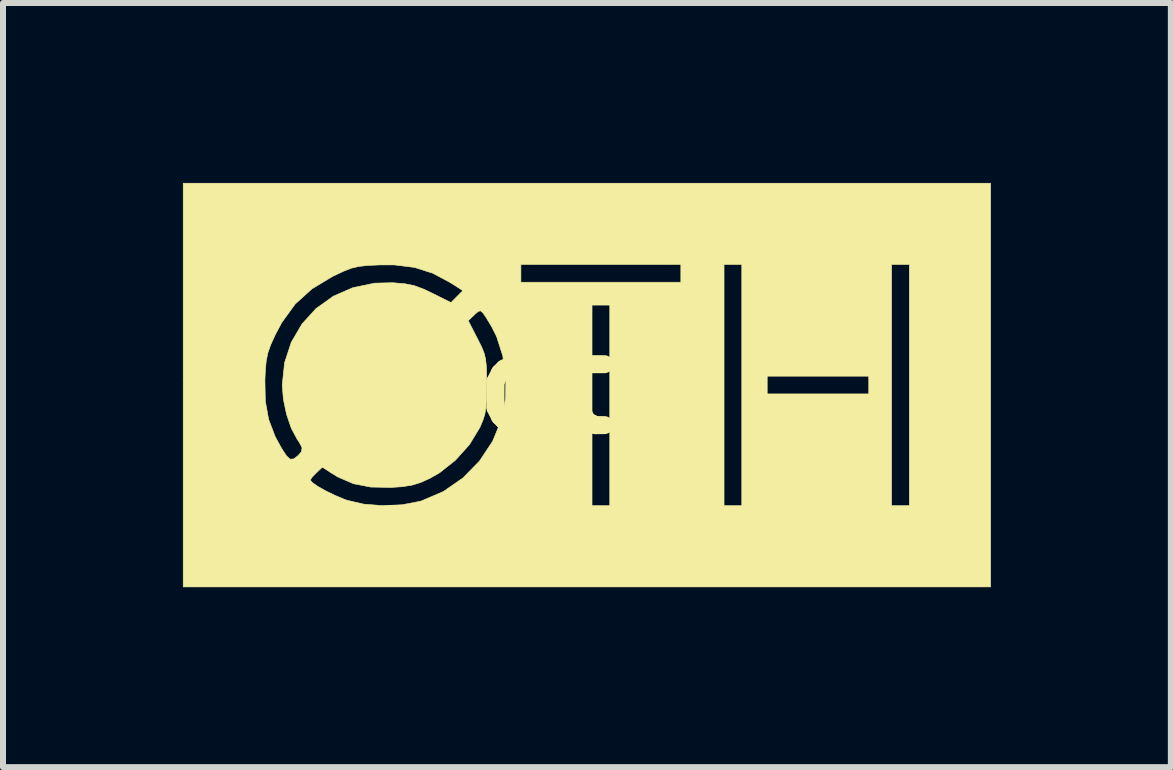
<source format=kicad_pcb>
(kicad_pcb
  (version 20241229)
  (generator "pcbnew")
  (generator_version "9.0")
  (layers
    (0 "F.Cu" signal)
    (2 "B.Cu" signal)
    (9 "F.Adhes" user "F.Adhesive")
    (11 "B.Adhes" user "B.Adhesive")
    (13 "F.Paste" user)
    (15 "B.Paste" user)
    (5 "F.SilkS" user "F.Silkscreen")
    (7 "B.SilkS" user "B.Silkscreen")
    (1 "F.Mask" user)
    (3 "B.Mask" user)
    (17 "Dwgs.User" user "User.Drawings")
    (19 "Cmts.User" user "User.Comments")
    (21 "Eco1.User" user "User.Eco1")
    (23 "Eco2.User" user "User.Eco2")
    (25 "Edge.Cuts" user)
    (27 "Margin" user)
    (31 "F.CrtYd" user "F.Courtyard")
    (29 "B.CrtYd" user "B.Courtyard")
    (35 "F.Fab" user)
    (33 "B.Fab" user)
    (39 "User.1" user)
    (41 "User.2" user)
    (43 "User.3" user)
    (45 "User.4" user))
  (footprint "oth"
    (layer "F.Cu")
    (at 6.736 3.349)
    (property "Reference" "oth" (at 0 0 0) (layer "F.SilkS") (effects (font (size 1.524 1.524) (thickness 0.3))))
    (attr through_hole)
    (fp_poly (pts (xy 6.731 3.387) (xy -6.731 3.387) (xy -6.731 1.605) (xy -4.614 1.605) (xy -4.578 1.648) (xy -4.484 1.713) (xy -4.35 1.788) (xy -4.198 1.862) (xy -4.046 1.926) (xy -4 1.942) (xy -3.722 2.007) (xy -3.404 2.032) (xy -3.081 2.017) (xy -2.788 1.961) (xy -2.756 1.952) (xy -2.393 1.796) (xy -2.068 1.571) (xy -1.79 1.287) (xy -1.571 0.956) (xy -1.42 0.588) (xy -1.417 0.576) (xy -1.356 0.241) (xy -1.352 -0.115) (xy -1.403 -0.466) (xy -1.506 -0.788) (xy -1.589 -0.953) (xy -1.677 -1.099) (xy -1.735 -1.184) (xy -1.775 -1.217) (xy -1.813 -1.206) (xy -1.863 -1.163) (xy -1.876 -1.15) (xy -1.979 -1.053) (xy -1.826 -0.754) (xy -1.758 -0.619) (xy -1.714 -0.512) (xy -1.689 -0.408) (xy -1.676 -0.282) (xy -1.672 -0.111) (xy -1.672 0.016) (xy -1.674 0.232) (xy -1.683 0.388) (xy -1.702 0.507) (xy -1.736 0.614) (xy -1.786 0.73) (xy -1.958 1.013) (xy -2.191 1.273) (xy -2.46 1.486) (xy -2.616 1.575) (xy -2.775 1.647) (xy -2.919 1.691) (xy -3.083 1.716) (xy -3.264 1.728) (xy -3.603 1.722) (xy -3.893 1.666) (xy -4.154 1.553) (xy -4.248 1.496) (xy -4.411 1.39) (xy -4.513 1.486) (xy -4.582 1.558) (xy -4.614 1.604) (xy -4.614 1.605) (xy -6.731 1.605) (xy -6.731 -0.064) (xy -5.369 -0.064) (xy -5.362 0.289) (xy -5.307 0.595) (xy -5.197 0.883) (xy -5.091 1.077) (xy -5.01 1.201) (xy -4.949 1.257) (xy -4.89 1.253) (xy -4.819 1.2) (xy -4.758 1.131) (xy -4.75 1.065) (xy -4.797 0.974) (xy -4.832 0.923) (xy -4.928 0.743) (xy -5.008 0.51) (xy -5.061 0.257) (xy -5.08 0.022) (xy -5.041 -0.352) (xy -4.928 -0.695) (xy -4.75 -0.998) (xy -4.515 -1.256) (xy -4.435 -1.312) (xy 0.085 -1.312) (xy 0.085 2.032) (xy 0.381 2.032) (xy 0.381 -1.312) (xy 0.085 -1.312) (xy -4.435 -1.312) (xy -4.229 -1.46) (xy -3.901 -1.603) (xy -3.539 -1.678) (xy -3.243 -1.685) (xy -3.041 -1.669) (xy -2.881 -1.637) (xy -2.722 -1.578) (xy -2.581 -1.511) (xy -2.267 -1.354) (xy -2.168 -1.454) (xy -2.068 -1.553) (xy -2.272 -1.684) (xy -2.569 -1.843) (xy -2.874 -1.94) (xy -3.209 -1.982) (xy -3.455 -1.982) (xy -3.658 -1.973) (xy -3.808 -1.956) (xy -3.933 -1.926) (xy -4.066 -1.873) (xy -4.237 -1.792) (xy -4.241 -1.79) (xy -4.584 -1.583) (xy -4.863 -1.331) (xy -5.088 -1.021) (xy -5.197 -0.816) (xy -5.272 -0.651) (xy -5.319 -0.518) (xy -5.347 -0.383) (xy -5.362 -0.217) (xy -5.369 -0.064) (xy -6.731 -0.064) (xy -6.731 -1.99) (xy -1.101 -1.99) (xy -1.101 -1.693) (xy 1.566 -1.693) (xy 1.566 -1.99) (xy 2.286 -1.99) (xy 2.286 2.032) (xy 2.582 2.032) (xy 2.582 -0.127) (xy 3.006 -0.127) (xy 3.006 0.169) (xy 4.699 0.169) (xy 4.699 -0.127) (xy 3.006 -0.127) (xy 2.582 -0.127) (xy 2.582 -1.99) (xy 5.08 -1.99) (xy 5.08 2.032) (xy 5.376 2.032) (xy 5.376 -1.99) (xy 5.08 -1.99) (xy 2.582 -1.99) (xy 2.286 -1.99) (xy 1.566 -1.99) (xy -1.101 -1.99) (xy -6.731 -1.99) (xy -6.731 -3.344) (xy 6.731 -3.344) (xy 6.731 3.387)) (stroke (width 0.01) (type solid)) (fill yes) (layer "F.SilkS")))
  (gr_rect
    (start -3 -3)
    (end 16.472 9.741)
    (stroke (width 0.1) (type default))
    (fill no)
    (layer "Edge.Cuts")))
</source>
